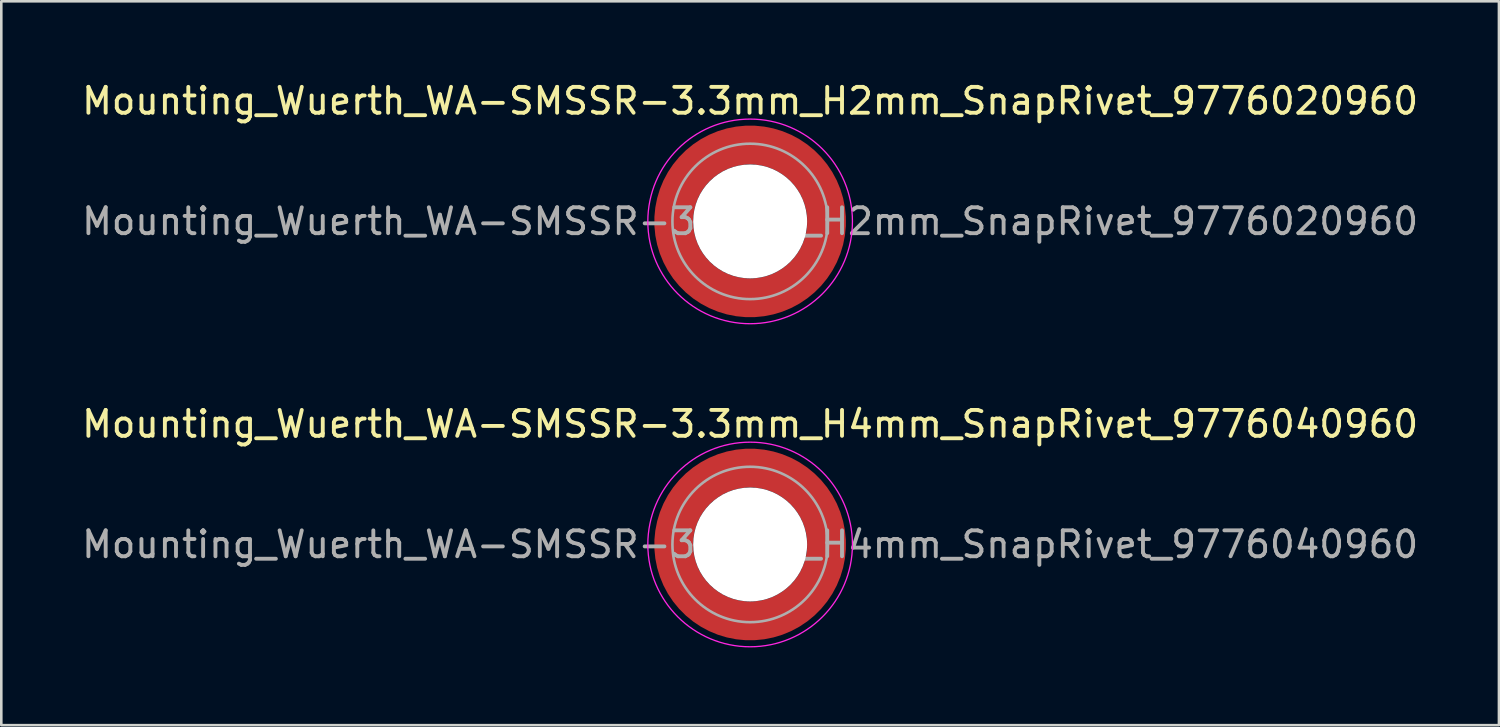
<source format=kicad_pcb>
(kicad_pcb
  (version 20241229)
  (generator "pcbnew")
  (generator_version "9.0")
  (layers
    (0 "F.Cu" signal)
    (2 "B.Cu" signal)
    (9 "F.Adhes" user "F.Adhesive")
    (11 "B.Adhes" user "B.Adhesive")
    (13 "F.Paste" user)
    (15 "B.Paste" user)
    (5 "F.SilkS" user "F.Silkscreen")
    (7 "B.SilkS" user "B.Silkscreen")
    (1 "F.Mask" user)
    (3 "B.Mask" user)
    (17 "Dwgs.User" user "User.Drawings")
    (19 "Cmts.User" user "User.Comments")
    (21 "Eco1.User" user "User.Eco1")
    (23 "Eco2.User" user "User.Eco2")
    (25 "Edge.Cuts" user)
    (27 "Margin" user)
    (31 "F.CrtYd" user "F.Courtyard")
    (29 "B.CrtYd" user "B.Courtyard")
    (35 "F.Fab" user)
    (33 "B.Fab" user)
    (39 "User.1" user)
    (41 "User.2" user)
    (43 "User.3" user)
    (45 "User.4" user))
  (footprint "Mounting_Wuerth_WA-SMSSR-3.3mm_H4mm_SnapRivet_9776040960"
    (layer "F.Cu")
    (at 25.911 17.971)
    (property "Reference" "Mounting_Wuerth_WA-SMSSR-3.3mm_H4mm_SnapRivet_9776040960" (at 0 -4.65 0) (layer "F.SilkS") (effects (font (size 1 1) (thickness 0.15))))
    (attr smd allow_soldermask_bridges)
    (fp_circle (center 0 0) (end 3.95 0) (stroke (width 0.05) (type solid)) (fill no) (layer "F.CrtYd"))
    (fp_circle (center 0 0) (end 3 0) (stroke (width 0.1) (type solid)) (fill no) (layer "F.Fab"))
    (fp_text user "${REFERENCE}" (at 0 0 0) (layer "F.Fab") (effects (font (size 1 1) (thickness 0.15))))
    (pad "" smd custom (at -2.077 -2.077) (size 0.698 0.698) (layers "F.Paste") (options (anchor circle)) (primitives (gr_arc (start -0.208831 1.577126) (mid 0.422496 0.422496) (end 1.577126 -0.208831) (width 0.2)) (gr_arc (start -0.310669 1.577126) (mid 0.35208 0.35208) (end 1.577126 -0.310669) (width 0.2)) (gr_arc (start -0.412325 1.577126) (mid 0.281664 0.281664) (end 1.577126 -0.412325) (width 0.2)) (gr_arc (start -0.51382 1.577126) (mid 0.211248 0.211248) (end 1.577126 -0.51382) (width 0.2)) (gr_arc (start -0.615172 1.577126) (mid 0.140832 0.140832) (end 1.577126 -0.615172) (width 0.2)) (gr_arc (start -0.716397 1.577126) (mid 0.070416 0.070416) (end 1.577126 -0.716397) (width 0.2)) (gr_arc (start -0.817508 1.577126) (mid 0 0) (end 1.577126 -0.817508) (width 0.2)) (gr_arc (start -0.918517 1.577126) (mid -0.070416 -0.070416) (end 1.577126 -0.918517) (width 0.2)) (gr_arc (start -1.019433 1.577126) (mid -0.140832 -0.140832) (end 1.577126 -1.019433) (width 0.2)) (gr_arc (start -1.120266 1.577126) (mid -0.211248 -0.211248) (end 1.577126 -1.120266) (width 0.2)) (gr_arc (start -1.221022 1.577126) (mid -0.281664 -0.281664) (end 1.577126 -1.221022) (width 0.2)) (gr_arc (start -1.32171 1.577126) (mid -0.35208 -0.35208) (end 1.577126 -1.32171) (width 0.2)) (gr_arc (start -1.422335 1.577126) (mid -0.422496 -0.422496) (end 1.577126 -1.422335) (width 0.2)) (gr_line (start 1.577 -0.209) (end 1.577 -1.422) (width 0.2)) (gr_line (start -0.209 1.577) (end -1.422 1.577) (width 0.2))))
    (pad "" smd custom (at -2.077 2.077) (size 0.698 0.698) (layers "F.Paste") (options (anchor circle)) (primitives (gr_arc (start 1.577126 0.208831) (mid 0.422496 -0.422496) (end -0.208831 -1.577126) (width 0.2)) (gr_arc (start 1.577126 0.310669) (mid 0.35208 -0.35208) (end -0.310669 -1.577126) (width 0.2)) (gr_arc (start 1.577126 0.412325) (mid 0.281664 -0.281664) (end -0.412325 -1.577126) (width 0.2)) (gr_arc (start 1.577126 0.51382) (mid 0.211248 -0.211248) (end -0.51382 -1.577126) (width 0.2)) (gr_arc (start 1.577126 0.615172) (mid 0.140832 -0.140832) (end -0.615172 -1.577126) (width 0.2)) (gr_arc (start 1.577126 0.716397) (mid 0.070416 -0.070416) (end -0.716397 -1.577126) (width 0.2)) (gr_arc (start 1.577126 0.817508) (mid 0 0) (end -0.817508 -1.577126) (width 0.2)) (gr_arc (start 1.577126 0.918517) (mid -0.070416 0.070416) (end -0.918517 -1.577126) (width 0.2)) (gr_arc (start 1.577126 1.019433) (mid -0.140832 0.140832) (end -1.019433 -1.577126) (width 0.2)) (gr_arc (start 1.577126 1.120266) (mid -0.211248 0.211248) (end -1.120266 -1.577126) (width 0.2)) (gr_arc (start 1.577126 1.221022) (mid -0.281664 0.281664) (end -1.221022 -1.577126) (width 0.2)) (gr_arc (start 1.577126 1.32171) (mid -0.35208 0.35208) (end -1.32171 -1.577126) (width 0.2)) (gr_arc (start 1.577126 1.422335) (mid -0.422496 0.422496) (end -1.422335 -1.577126) (width 0.2)) (gr_line (start -0.209 -1.577) (end -1.422 -1.577) (width 0.2)) (gr_line (start 1.577 0.209) (end 1.577 1.422) (width 0.2))))
    (pad "" np_thru_hole circle (at 0 0) (size 4.4 4.4) (drill 4.4) (layers "*.Cu" "*.Mask"))
    (pad "" smd custom (at 2.077 -2.077) (size 0.698 0.698) (layers "F.Paste") (options (anchor circle)) (primitives (gr_arc (start -1.577126 -0.208831) (mid -0.422496 0.422496) (end 0.208831 1.577126) (width 0.2)) (gr_arc (start -1.577126 -0.310669) (mid -0.35208 0.35208) (end 0.310669 1.577126) (width 0.2)) (gr_arc (start -1.577126 -0.412325) (mid -0.281664 0.281664) (end 0.412325 1.577126) (width 0.2)) (gr_arc (start -1.577126 -0.51382) (mid -0.211248 0.211248) (end 0.51382 1.577126) (width 0.2)) (gr_arc (start -1.577126 -0.615172) (mid -0.140832 0.140832) (end 0.615172 1.577126) (width 0.2)) (gr_arc (start -1.577126 -0.716397) (mid -0.070416 0.070416) (end 0.716397 1.577126) (width 0.2)) (gr_arc (start -1.577126 -0.817508) (mid 0 0) (end 0.817508 1.577126) (width 0.2)) (gr_arc (start -1.577126 -0.918517) (mid 0.070416 -0.070416) (end 0.918517 1.577126) (width 0.2)) (gr_arc (start -1.577126 -1.019433) (mid 0.140832 -0.140832) (end 1.019433 1.577126) (width 0.2)) (gr_arc (start -1.577126 -1.120266) (mid 0.211248 -0.211248) (end 1.120266 1.577126) (width 0.2)) (gr_arc (start -1.577126 -1.221022) (mid 0.281664 -0.281664) (end 1.221022 1.577126) (width 0.2)) (gr_arc (start -1.577126 -1.32171) (mid 0.35208 -0.35208) (end 1.32171 1.577126) (width 0.2)) (gr_arc (start -1.577126 -1.422335) (mid 0.422496 -0.422496) (end 1.422335 1.577126) (width 0.2)) (gr_line (start 0.209 1.577) (end 1.422 1.577) (width 0.2)) (gr_line (start -1.577 -0.209) (end -1.577 -1.422) (width 0.2))))
    (pad "" smd custom (at 2.077 2.077) (size 0.698 0.698) (layers "F.Paste") (options (anchor circle)) (primitives (gr_arc (start 0.208831 -1.577126) (mid -0.422496 -0.422496) (end -1.577126 0.208831) (width 0.2)) (gr_arc (start 0.310669 -1.577126) (mid -0.35208 -0.35208) (end -1.577126 0.310669) (width 0.2)) (gr_arc (start 0.412325 -1.577126) (mid -0.281664 -0.281664) (end -1.577126 0.412325) (width 0.2)) (gr_arc (start 0.51382 -1.577126) (mid -0.211248 -0.211248) (end -1.577126 0.51382) (width 0.2)) (gr_arc (start 0.615172 -1.577126) (mid -0.140832 -0.140832) (end -1.577126 0.615172) (width 0.2)) (gr_arc (start 0.716397 -1.577126) (mid -0.070416 -0.070416) (end -1.577126 0.716397) (width 0.2)) (gr_arc (start 0.817508 -1.577126) (mid 0 0) (end -1.577126 0.817508) (width 0.2)) (gr_arc (start 0.918517 -1.577126) (mid 0.070416 0.070416) (end -1.577126 0.918517) (width 0.2)) (gr_arc (start 1.019433 -1.577126) (mid 0.140832 0.140832) (end -1.577126 1.019433) (width 0.2)) (gr_arc (start 1.120266 -1.577126) (mid 0.211248 0.211248) (end -1.577126 1.120266) (width 0.2)) (gr_arc (start 1.221022 -1.577126) (mid 0.281664 0.281664) (end -1.577126 1.221022) (width 0.2)) (gr_arc (start 1.32171 -1.577126) (mid 0.35208 0.35208) (end -1.577126 1.32171) (width 0.2)) (gr_arc (start 1.422335 -1.577126) (mid 0.422496 0.422496) (end -1.577126 1.422335) (width 0.2)) (gr_line (start -1.577 0.209) (end -1.577 1.422) (width 0.2)) (gr_line (start 0.209 -1.577) (end 1.422 -1.577) (width 0.2))))
    (pad "1" smd circle (at -2.95 0) (size 0.992 0.992) (layers "F.Cu"))
    (pad "1" smd circle (at 0 -2.95) (size 0.992 0.992) (layers "F.Cu"))
    (pad "1" smd circle (at 0 2.95) (size 0.992 0.992) (layers "F.Cu"))
    (pad "1" smd custom (at 2.95 0) (size 1.5 1.5) (layers "F.Cu" "F.Mask") (options (anchor circle)) (primitives (gr_circle (center -2.95 0) (end 0 0) (width 1.5) (fill no)))))
  (footprint "Mounting_Wuerth_WA-SMSSR-3.3mm_H2mm_SnapRivet_9776020960"
    (layer "F.Cu")
    (at 25.911 5.498)
    (property "Reference" "Mounting_Wuerth_WA-SMSSR-3.3mm_H2mm_SnapRivet_9776020960" (at 0 -4.65 0) (layer "F.SilkS") (effects (font (size 1 1) (thickness 0.15))))
    (attr smd allow_soldermask_bridges)
    (fp_circle (center 0 0) (end 3.95 0) (stroke (width 0.05) (type solid)) (fill no) (layer "F.CrtYd"))
    (fp_circle (center 0 0) (end 3 0) (stroke (width 0.1) (type solid)) (fill no) (layer "F.Fab"))
    (fp_text user "${REFERENCE}" (at 0 0 0) (layer "F.Fab") (effects (font (size 1 1) (thickness 0.15))))
    (pad "" smd custom (at -2.077 -2.077) (size 0.698 0.698) (layers "F.Paste") (options (anchor circle)) (primitives (gr_arc (start -0.208831 1.577126) (mid 0.422496 0.422496) (end 1.577126 -0.208831) (width 0.2)) (gr_arc (start -0.310669 1.577126) (mid 0.35208 0.35208) (end 1.577126 -0.310669) (width 0.2)) (gr_arc (start -0.412325 1.577126) (mid 0.281664 0.281664) (end 1.577126 -0.412325) (width 0.2)) (gr_arc (start -0.51382 1.577126) (mid 0.211248 0.211248) (end 1.577126 -0.51382) (width 0.2)) (gr_arc (start -0.615172 1.577126) (mid 0.140832 0.140832) (end 1.577126 -0.615172) (width 0.2)) (gr_arc (start -0.716397 1.577126) (mid 0.070416 0.070416) (end 1.577126 -0.716397) (width 0.2)) (gr_arc (start -0.817508 1.577126) (mid 0 0) (end 1.577126 -0.817508) (width 0.2)) (gr_arc (start -0.918517 1.577126) (mid -0.070416 -0.070416) (end 1.577126 -0.918517) (width 0.2)) (gr_arc (start -1.019433 1.577126) (mid -0.140832 -0.140832) (end 1.577126 -1.019433) (width 0.2)) (gr_arc (start -1.120266 1.577126) (mid -0.211248 -0.211248) (end 1.577126 -1.120266) (width 0.2)) (gr_arc (start -1.221022 1.577126) (mid -0.281664 -0.281664) (end 1.577126 -1.221022) (width 0.2)) (gr_arc (start -1.32171 1.577126) (mid -0.35208 -0.35208) (end 1.577126 -1.32171) (width 0.2)) (gr_arc (start -1.422335 1.577126) (mid -0.422496 -0.422496) (end 1.577126 -1.422335) (width 0.2)) (gr_line (start 1.577 -0.209) (end 1.577 -1.422) (width 0.2)) (gr_line (start -0.209 1.577) (end -1.422 1.577) (width 0.2))))
    (pad "" smd custom (at -2.077 2.077) (size 0.698 0.698) (layers "F.Paste") (options (anchor circle)) (primitives (gr_arc (start 1.577126 0.208831) (mid 0.422496 -0.422496) (end -0.208831 -1.577126) (width 0.2)) (gr_arc (start 1.577126 0.310669) (mid 0.35208 -0.35208) (end -0.310669 -1.577126) (width 0.2)) (gr_arc (start 1.577126 0.412325) (mid 0.281664 -0.281664) (end -0.412325 -1.577126) (width 0.2)) (gr_arc (start 1.577126 0.51382) (mid 0.211248 -0.211248) (end -0.51382 -1.577126) (width 0.2)) (gr_arc (start 1.577126 0.615172) (mid 0.140832 -0.140832) (end -0.615172 -1.577126) (width 0.2)) (gr_arc (start 1.577126 0.716397) (mid 0.070416 -0.070416) (end -0.716397 -1.577126) (width 0.2)) (gr_arc (start 1.577126 0.817508) (mid 0 0) (end -0.817508 -1.577126) (width 0.2)) (gr_arc (start 1.577126 0.918517) (mid -0.070416 0.070416) (end -0.918517 -1.577126) (width 0.2)) (gr_arc (start 1.577126 1.019433) (mid -0.140832 0.140832) (end -1.019433 -1.577126) (width 0.2)) (gr_arc (start 1.577126 1.120266) (mid -0.211248 0.211248) (end -1.120266 -1.577126) (width 0.2)) (gr_arc (start 1.577126 1.221022) (mid -0.281664 0.281664) (end -1.221022 -1.577126) (width 0.2)) (gr_arc (start 1.577126 1.32171) (mid -0.35208 0.35208) (end -1.32171 -1.577126) (width 0.2)) (gr_arc (start 1.577126 1.422335) (mid -0.422496 0.422496) (end -1.422335 -1.577126) (width 0.2)) (gr_line (start -0.209 -1.577) (end -1.422 -1.577) (width 0.2)) (gr_line (start 1.577 0.209) (end 1.577 1.422) (width 0.2))))
    (pad "" np_thru_hole circle (at 0 0) (size 4.4 4.4) (drill 4.4) (layers "*.Cu" "*.Mask"))
    (pad "" smd custom (at 2.077 -2.077) (size 0.698 0.698) (layers "F.Paste") (options (anchor circle)) (primitives (gr_arc (start -1.577126 -0.208831) (mid -0.422496 0.422496) (end 0.208831 1.577126) (width 0.2)) (gr_arc (start -1.577126 -0.310669) (mid -0.35208 0.35208) (end 0.310669 1.577126) (width 0.2)) (gr_arc (start -1.577126 -0.412325) (mid -0.281664 0.281664) (end 0.412325 1.577126) (width 0.2)) (gr_arc (start -1.577126 -0.51382) (mid -0.211248 0.211248) (end 0.51382 1.577126) (width 0.2)) (gr_arc (start -1.577126 -0.615172) (mid -0.140832 0.140832) (end 0.615172 1.577126) (width 0.2)) (gr_arc (start -1.577126 -0.716397) (mid -0.070416 0.070416) (end 0.716397 1.577126) (width 0.2)) (gr_arc (start -1.577126 -0.817508) (mid 0 0) (end 0.817508 1.577126) (width 0.2)) (gr_arc (start -1.577126 -0.918517) (mid 0.070416 -0.070416) (end 0.918517 1.577126) (width 0.2)) (gr_arc (start -1.577126 -1.019433) (mid 0.140832 -0.140832) (end 1.019433 1.577126) (width 0.2)) (gr_arc (start -1.577126 -1.120266) (mid 0.211248 -0.211248) (end 1.120266 1.577126) (width 0.2)) (gr_arc (start -1.577126 -1.221022) (mid 0.281664 -0.281664) (end 1.221022 1.577126) (width 0.2)) (gr_arc (start -1.577126 -1.32171) (mid 0.35208 -0.35208) (end 1.32171 1.577126) (width 0.2)) (gr_arc (start -1.577126 -1.422335) (mid 0.422496 -0.422496) (end 1.422335 1.577126) (width 0.2)) (gr_line (start 0.209 1.577) (end 1.422 1.577) (width 0.2)) (gr_line (start -1.577 -0.209) (end -1.577 -1.422) (width 0.2))))
    (pad "" smd custom (at 2.077 2.077) (size 0.698 0.698) (layers "F.Paste") (options (anchor circle)) (primitives (gr_arc (start 0.208831 -1.577126) (mid -0.422496 -0.422496) (end -1.577126 0.208831) (width 0.2)) (gr_arc (start 0.310669 -1.577126) (mid -0.35208 -0.35208) (end -1.577126 0.310669) (width 0.2)) (gr_arc (start 0.412325 -1.577126) (mid -0.281664 -0.281664) (end -1.577126 0.412325) (width 0.2)) (gr_arc (start 0.51382 -1.577126) (mid -0.211248 -0.211248) (end -1.577126 0.51382) (width 0.2)) (gr_arc (start 0.615172 -1.577126) (mid -0.140832 -0.140832) (end -1.577126 0.615172) (width 0.2)) (gr_arc (start 0.716397 -1.577126) (mid -0.070416 -0.070416) (end -1.577126 0.716397) (width 0.2)) (gr_arc (start 0.817508 -1.577126) (mid 0 0) (end -1.577126 0.817508) (width 0.2)) (gr_arc (start 0.918517 -1.577126) (mid 0.070416 0.070416) (end -1.577126 0.918517) (width 0.2)) (gr_arc (start 1.019433 -1.577126) (mid 0.140832 0.140832) (end -1.577126 1.019433) (width 0.2)) (gr_arc (start 1.120266 -1.577126) (mid 0.211248 0.211248) (end -1.577126 1.120266) (width 0.2)) (gr_arc (start 1.221022 -1.577126) (mid 0.281664 0.281664) (end -1.577126 1.221022) (width 0.2)) (gr_arc (start 1.32171 -1.577126) (mid 0.35208 0.35208) (end -1.577126 1.32171) (width 0.2)) (gr_arc (start 1.422335 -1.577126) (mid 0.422496 0.422496) (end -1.577126 1.422335) (width 0.2)) (gr_line (start -1.577 0.209) (end -1.577 1.422) (width 0.2)) (gr_line (start 0.209 -1.577) (end 1.422 -1.577) (width 0.2))))
    (pad "1" smd circle (at -2.95 0) (size 0.992 0.992) (layers "F.Cu"))
    (pad "1" smd circle (at 0 -2.95) (size 0.992 0.992) (layers "F.Cu"))
    (pad "1" smd circle (at 0 2.95) (size 0.992 0.992) (layers "F.Cu"))
    (pad "1" smd custom (at 2.95 0) (size 1.5 1.5) (layers "F.Cu" "F.Mask") (options (anchor circle)) (primitives (gr_circle (center -2.95 0) (end 0 0) (width 1.5) (fill no)))))
  (gr_rect
    (start -3 -3)
    (end 54.821 24.947)
    (stroke (width 0.1) (type default))
    (fill no)
    (layer "Edge.Cuts")))
</source>
